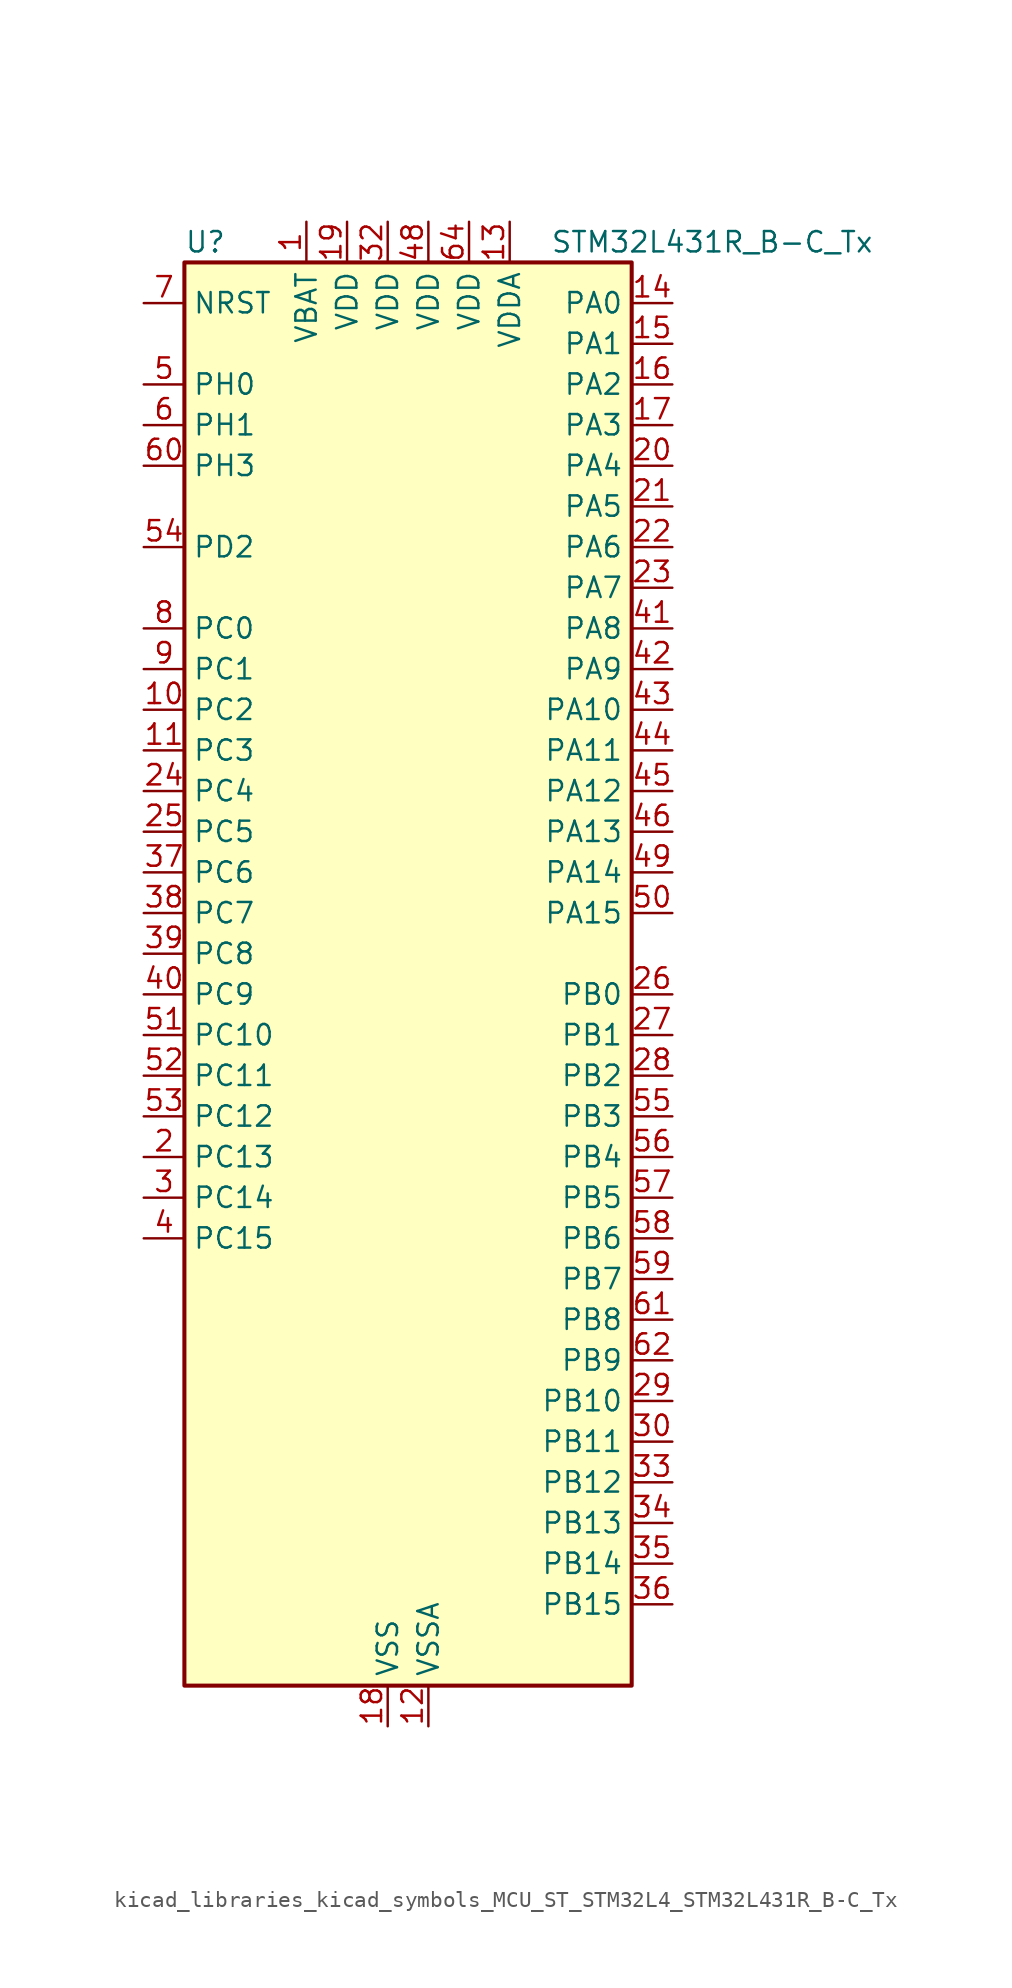
<source format=kicad_sym>
(kicad_symbol_lib
  (version 20220914)
  (generator kicad_symbol_editor)
  (symbol "kicad_libraries_kicad_symbols_MCU_ST_STM32L4_STM32L431R_B-C_Tx"
    (property "Reference" "U"
      (at -12.7 46.99 0)
      (effects (font (size 1.27 1.27)) (justify left)))
    (property "Value" "STM32L431R_B-C_Tx"
      (at 10.16 46.99 0)
      (effects (font (size 1.27 1.27)) (justify left)))
    (property "ki_locked" ""
      (at 0 0 0)
      (effects (font (size 1.27 1.27))))
    (symbol "kicad_libraries_kicad_symbols_MCU_ST_STM32L4_STM32L431R_B-C_Tx_0_1"
      (rectangle (start -12.7 -43.18) (end 15.24 45.72) (stroke (width 0.254) (type default)) (fill (type background))))
    (symbol "kicad_libraries_kicad_symbols_MCU_ST_STM32L4_STM32L431R_B-C_Tx_1_1"
      (pin power_in line (at -5.08 48.26 270) (length 2.54) (name "VBAT" (effects (font (size 1.27 1.27)))) (number "1" (effects (font (size 1.27 1.27)))))
      (pin bidirectional line (at -15.24 17.78 0) (length 2.54) (name "PC2" (effects (font (size 1.27 1.27)))) (number "10" (effects (font (size 1.27 1.27)))) (alternate "ADC1_IN3" bidirectional line) (alternate "LPTIM1_IN2" bidirectional line) (alternate "SPI2_MISO" bidirectional line))
      (pin bidirectional line (at -15.24 15.24 0) (length 2.54) (name "PC3" (effects (font (size 1.27 1.27)))) (number "11" (effects (font (size 1.27 1.27)))) (alternate "ADC1_IN4" bidirectional line) (alternate "LPTIM1_ETR" bidirectional line) (alternate "LPTIM2_ETR" bidirectional line) (alternate "SAI1_SD_A" bidirectional line) (alternate "SPI2_MOSI" bidirectional line))
      (pin power_in line (at 2.54 -45.72 90) (length 2.54) (name "VSSA" (effects (font (size 1.27 1.27)))) (number "12" (effects (font (size 1.27 1.27)))))
      (pin power_in line (at 7.62 48.26 270) (length 2.54) (name "VDDA" (effects (font (size 1.27 1.27)))) (number "13" (effects (font (size 1.27 1.27)))))
      (pin bidirectional line (at 17.78 43.18 180) (length 2.54) (name "PA0" (effects (font (size 1.27 1.27)))) (number "14" (effects (font (size 1.27 1.27)))) (alternate "ADC1_IN5" bidirectional line) (alternate "COMP1_INM" bidirectional line) (alternate "COMP1_OUT" bidirectional line) (alternate "OPAMP1_VINP" bidirectional line) (alternate "RTC_TAMP2" bidirectional line) (alternate "SAI1_EXTCLK" bidirectional line) (alternate "SYS_WKUP1" bidirectional line) (alternate "TIM2_CH1" bidirectional line) (alternate "TIM2_ETR" bidirectional line) (alternate "USART2_CTS" bidirectional line))
      (pin bidirectional line (at 17.78 40.64 180) (length 2.54) (name "PA1" (effects (font (size 1.27 1.27)))) (number "15" (effects (font (size 1.27 1.27)))) (alternate "ADC1_IN6" bidirectional line) (alternate "COMP1_INP" bidirectional line) (alternate "I2C1_SMBA" bidirectional line) (alternate "OPAMP1_VINM" bidirectional line) (alternate "SPI1_SCK" bidirectional line) (alternate "TIM15_CH1N" bidirectional line) (alternate "TIM2_CH2" bidirectional line) (alternate "USART2_DE" bidirectional line) (alternate "USART2_RTS" bidirectional line))
      (pin bidirectional line (at 17.78 38.1 180) (length 2.54) (name "PA2" (effects (font (size 1.27 1.27)))) (number "16" (effects (font (size 1.27 1.27)))) (alternate "ADC1_IN7" bidirectional line) (alternate "COMP2_INM" bidirectional line) (alternate "COMP2_OUT" bidirectional line) (alternate "LPUART1_TX" bidirectional line) (alternate "QUADSPI_BK1_NCS" bidirectional line) (alternate "RCC_LSCO" bidirectional line) (alternate "SYS_WKUP4" bidirectional line) (alternate "TIM15_CH1" bidirectional line) (alternate "TIM2_CH3" bidirectional line) (alternate "USART2_TX" bidirectional line))
      (pin bidirectional line (at 17.78 35.56 180) (length 2.54) (name "PA3" (effects (font (size 1.27 1.27)))) (number "17" (effects (font (size 1.27 1.27)))) (alternate "ADC1_IN8" bidirectional line) (alternate "COMP2_INP" bidirectional line) (alternate "LPUART1_RX" bidirectional line) (alternate "OPAMP1_VOUT" bidirectional line) (alternate "QUADSPI_CLK" bidirectional line) (alternate "SAI1_MCLK_A" bidirectional line) (alternate "TIM15_CH2" bidirectional line) (alternate "TIM2_CH4" bidirectional line) (alternate "USART2_RX" bidirectional line))
      (pin power_in line (at 0 -45.72 90) (length 2.54) (name "VSS" (effects (font (size 1.27 1.27)))) (number "18" (effects (font (size 1.27 1.27)))))
      (pin power_in line (at -2.54 48.26 270) (length 2.54) (name "VDD" (effects (font (size 1.27 1.27)))) (number "19" (effects (font (size 1.27 1.27)))))
      (pin bidirectional line (at -15.24 -10.16 0) (length 2.54) (name "PC13" (effects (font (size 1.27 1.27)))) (number "2" (effects (font (size 1.27 1.27)))) (alternate "RTC_OUT_ALARM" bidirectional line) (alternate "RTC_OUT_CALIB" bidirectional line) (alternate "RTC_TAMP1" bidirectional line) (alternate "RTC_TS" bidirectional line) (alternate "SYS_WKUP2" bidirectional line))
      (pin bidirectional line (at 17.78 33.02 180) (length 2.54) (name "PA4" (effects (font (size 1.27 1.27)))) (number "20" (effects (font (size 1.27 1.27)))) (alternate "ADC1_IN9" bidirectional line) (alternate "COMP1_INM" bidirectional line) (alternate "COMP2_INM" bidirectional line) (alternate "DAC1_OUT1" bidirectional line) (alternate "LPTIM2_OUT" bidirectional line) (alternate "SAI1_FS_B" bidirectional line) (alternate "SPI1_NSS" bidirectional line) (alternate "SPI3_NSS" bidirectional line) (alternate "USART2_CK" bidirectional line))
      (pin bidirectional line (at 17.78 30.48 180) (length 2.54) (name "PA5" (effects (font (size 1.27 1.27)))) (number "21" (effects (font (size 1.27 1.27)))) (alternate "ADC1_IN10" bidirectional line) (alternate "COMP1_INM" bidirectional line) (alternate "COMP2_INM" bidirectional line) (alternate "DAC1_OUT2" bidirectional line) (alternate "LPTIM2_ETR" bidirectional line) (alternate "SPI1_SCK" bidirectional line) (alternate "TIM2_CH1" bidirectional line) (alternate "TIM2_ETR" bidirectional line))
      (pin bidirectional line (at 17.78 27.94 180) (length 2.54) (name "PA6" (effects (font (size 1.27 1.27)))) (number "22" (effects (font (size 1.27 1.27)))) (alternate "ADC1_IN11" bidirectional line) (alternate "COMP1_OUT" bidirectional line) (alternate "LPUART1_CTS" bidirectional line) (alternate "QUADSPI_BK1_IO3" bidirectional line) (alternate "SPI1_MISO" bidirectional line) (alternate "TIM16_CH1" bidirectional line) (alternate "TIM1_BKIN" bidirectional line) (alternate "TIM1_BKIN_COMP2" bidirectional line) (alternate "USART3_CTS" bidirectional line))
      (pin bidirectional line (at 17.78 25.4 180) (length 2.54) (name "PA7" (effects (font (size 1.27 1.27)))) (number "23" (effects (font (size 1.27 1.27)))) (alternate "ADC1_IN12" bidirectional line) (alternate "COMP2_OUT" bidirectional line) (alternate "I2C3_SCL" bidirectional line) (alternate "QUADSPI_BK1_IO2" bidirectional line) (alternate "SPI1_MOSI" bidirectional line) (alternate "TIM1_CH1N" bidirectional line))
      (pin bidirectional line (at -15.24 12.7 0) (length 2.54) (name "PC4" (effects (font (size 1.27 1.27)))) (number "24" (effects (font (size 1.27 1.27)))) (alternate "ADC1_IN13" bidirectional line) (alternate "COMP1_INM" bidirectional line) (alternate "USART3_TX" bidirectional line))
      (pin bidirectional line (at -15.24 10.16 0) (length 2.54) (name "PC5" (effects (font (size 1.27 1.27)))) (number "25" (effects (font (size 1.27 1.27)))) (alternate "ADC1_IN14" bidirectional line) (alternate "COMP1_INP" bidirectional line) (alternate "SYS_WKUP5" bidirectional line) (alternate "USART3_RX" bidirectional line))
      (pin bidirectional line (at 17.78 0 180) (length 2.54) (name "PB0" (effects (font (size 1.27 1.27)))) (number "26" (effects (font (size 1.27 1.27)))) (alternate "ADC1_IN15" bidirectional line) (alternate "COMP1_OUT" bidirectional line) (alternate "QUADSPI_BK1_IO1" bidirectional line) (alternate "SAI1_EXTCLK" bidirectional line) (alternate "SPI1_NSS" bidirectional line) (alternate "TIM1_CH2N" bidirectional line) (alternate "USART3_CK" bidirectional line))
      (pin bidirectional line (at 17.78 -2.54 180) (length 2.54) (name "PB1" (effects (font (size 1.27 1.27)))) (number "27" (effects (font (size 1.27 1.27)))) (alternate "ADC1_IN16" bidirectional line) (alternate "COMP1_INM" bidirectional line) (alternate "LPTIM2_IN1" bidirectional line) (alternate "LPUART1_DE" bidirectional line) (alternate "LPUART1_RTS" bidirectional line) (alternate "QUADSPI_BK1_IO0" bidirectional line) (alternate "TIM1_CH3N" bidirectional line) (alternate "USART3_DE" bidirectional line) (alternate "USART3_RTS" bidirectional line))
      (pin bidirectional line (at 17.78 -5.08 180) (length 2.54) (name "PB2" (effects (font (size 1.27 1.27)))) (number "28" (effects (font (size 1.27 1.27)))) (alternate "COMP1_INP" bidirectional line) (alternate "I2C3_SMBA" bidirectional line) (alternate "LPTIM1_OUT" bidirectional line) (alternate "RTC_OUT_ALARM" bidirectional line) (alternate "RTC_OUT_CALIB" bidirectional line))
      (pin bidirectional line (at 17.78 -25.4 180) (length 2.54) (name "PB10" (effects (font (size 1.27 1.27)))) (number "29" (effects (font (size 1.27 1.27)))) (alternate "COMP1_OUT" bidirectional line) (alternate "I2C2_SCL" bidirectional line) (alternate "LPUART1_RX" bidirectional line) (alternate "QUADSPI_CLK" bidirectional line) (alternate "SAI1_SCK_A" bidirectional line) (alternate "SPI2_SCK" bidirectional line) (alternate "TIM2_CH3" bidirectional line) (alternate "TSC_SYNC" bidirectional line) (alternate "USART3_TX" bidirectional line))
      (pin bidirectional line (at -15.24 -12.7 0) (length 2.54) (name "PC14" (effects (font (size 1.27 1.27)))) (number "3" (effects (font (size 1.27 1.27)))) (alternate "RCC_OSC32_IN" bidirectional line))
      (pin bidirectional line (at 17.78 -27.94 180) (length 2.54) (name "PB11" (effects (font (size 1.27 1.27)))) (number "30" (effects (font (size 1.27 1.27)))) (alternate "ADC1_EXTI11" bidirectional line) (alternate "COMP2_OUT" bidirectional line) (alternate "I2C2_SDA" bidirectional line) (alternate "LPUART1_TX" bidirectional line) (alternate "QUADSPI_BK1_NCS" bidirectional line) (alternate "TIM2_CH4" bidirectional line) (alternate "USART3_RX" bidirectional line))
      (pin passive line (at 0 -45.72 90) (length 2.54) hide (name "VSS" (effects (font (size 1.27 1.27)))) (number "31" (effects (font (size 1.27 1.27)))))
      (pin power_in line (at 0 48.26 270) (length 2.54) (name "VDD" (effects (font (size 1.27 1.27)))) (number "32" (effects (font (size 1.27 1.27)))))
      (pin bidirectional line (at 17.78 -30.48 180) (length 2.54) (name "PB12" (effects (font (size 1.27 1.27)))) (number "33" (effects (font (size 1.27 1.27)))) (alternate "I2C2_SMBA" bidirectional line) (alternate "LPUART1_DE" bidirectional line) (alternate "LPUART1_RTS" bidirectional line) (alternate "SAI1_FS_A" bidirectional line) (alternate "SPI2_NSS" bidirectional line) (alternate "SWPMI1_IO" bidirectional line) (alternate "TIM15_BKIN" bidirectional line) (alternate "TIM1_BKIN" bidirectional line) (alternate "TIM1_BKIN_COMP2" bidirectional line) (alternate "TSC_G1_IO1" bidirectional line) (alternate "USART3_CK" bidirectional line))
      (pin bidirectional line (at 17.78 -33.02 180) (length 2.54) (name "PB13" (effects (font (size 1.27 1.27)))) (number "34" (effects (font (size 1.27 1.27)))) (alternate "I2C2_SCL" bidirectional line) (alternate "LPUART1_CTS" bidirectional line) (alternate "SAI1_SCK_A" bidirectional line) (alternate "SPI2_SCK" bidirectional line) (alternate "SWPMI1_TX" bidirectional line) (alternate "TIM15_CH1N" bidirectional line) (alternate "TIM1_CH1N" bidirectional line) (alternate "TSC_G1_IO2" bidirectional line) (alternate "USART3_CTS" bidirectional line))
      (pin bidirectional line (at 17.78 -35.56 180) (length 2.54) (name "PB14" (effects (font (size 1.27 1.27)))) (number "35" (effects (font (size 1.27 1.27)))) (alternate "I2C2_SDA" bidirectional line) (alternate "SAI1_MCLK_A" bidirectional line) (alternate "SPI2_MISO" bidirectional line) (alternate "SWPMI1_RX" bidirectional line) (alternate "TIM15_CH1" bidirectional line) (alternate "TIM1_CH2N" bidirectional line) (alternate "TSC_G1_IO3" bidirectional line) (alternate "USART3_DE" bidirectional line) (alternate "USART3_RTS" bidirectional line))
      (pin bidirectional line (at 17.78 -38.1 180) (length 2.54) (name "PB15" (effects (font (size 1.27 1.27)))) (number "36" (effects (font (size 1.27 1.27)))) (alternate "ADC1_EXTI15" bidirectional line) (alternate "RTC_REFIN" bidirectional line) (alternate "SAI1_SD_A" bidirectional line) (alternate "SPI2_MOSI" bidirectional line) (alternate "SWPMI1_SUSPEND" bidirectional line) (alternate "TIM15_CH2" bidirectional line) (alternate "TIM1_CH3N" bidirectional line) (alternate "TSC_G1_IO4" bidirectional line))
      (pin bidirectional line (at -15.24 7.62 0) (length 2.54) (name "PC6" (effects (font (size 1.27 1.27)))) (number "37" (effects (font (size 1.27 1.27)))) (alternate "SDMMC1_D6" bidirectional line) (alternate "TSC_G4_IO1" bidirectional line))
      (pin bidirectional line (at -15.24 5.08 0) (length 2.54) (name "PC7" (effects (font (size 1.27 1.27)))) (number "38" (effects (font (size 1.27 1.27)))) (alternate "SDMMC1_D7" bidirectional line) (alternate "TSC_G4_IO2" bidirectional line))
      (pin bidirectional line (at -15.24 2.54 0) (length 2.54) (name "PC8" (effects (font (size 1.27 1.27)))) (number "39" (effects (font (size 1.27 1.27)))) (alternate "SDMMC1_D0" bidirectional line) (alternate "TSC_G4_IO3" bidirectional line))
      (pin bidirectional line (at -15.24 -15.24 0) (length 2.54) (name "PC15" (effects (font (size 1.27 1.27)))) (number "4" (effects (font (size 1.27 1.27)))) (alternate "ADC1_EXTI15" bidirectional line) (alternate "RCC_OSC32_OUT" bidirectional line))
      (pin bidirectional line (at -15.24 0 0) (length 2.54) (name "PC9" (effects (font (size 1.27 1.27)))) (number "40" (effects (font (size 1.27 1.27)))) (alternate "DAC1_EXTI9" bidirectional line) (alternate "SDMMC1_D1" bidirectional line) (alternate "TSC_G4_IO4" bidirectional line))
      (pin bidirectional line (at 17.78 22.86 180) (length 2.54) (name "PA8" (effects (font (size 1.27 1.27)))) (number "41" (effects (font (size 1.27 1.27)))) (alternate "LPTIM2_OUT" bidirectional line) (alternate "RCC_MCO" bidirectional line) (alternate "SAI1_SCK_A" bidirectional line) (alternate "SWPMI1_IO" bidirectional line) (alternate "TIM1_CH1" bidirectional line) (alternate "USART1_CK" bidirectional line))
      (pin bidirectional line (at 17.78 20.32 180) (length 2.54) (name "PA9" (effects (font (size 1.27 1.27)))) (number "42" (effects (font (size 1.27 1.27)))) (alternate "DAC1_EXTI9" bidirectional line) (alternate "I2C1_SCL" bidirectional line) (alternate "SAI1_FS_A" bidirectional line) (alternate "TIM15_BKIN" bidirectional line) (alternate "TIM1_CH2" bidirectional line) (alternate "USART1_TX" bidirectional line))
      (pin bidirectional line (at 17.78 17.78 180) (length 2.54) (name "PA10" (effects (font (size 1.27 1.27)))) (number "43" (effects (font (size 1.27 1.27)))) (alternate "I2C1_SDA" bidirectional line) (alternate "SAI1_SD_A" bidirectional line) (alternate "TIM1_CH3" bidirectional line) (alternate "USART1_RX" bidirectional line))
      (pin bidirectional line (at 17.78 15.24 180) (length 2.54) (name "PA11" (effects (font (size 1.27 1.27)))) (number "44" (effects (font (size 1.27 1.27)))) (alternate "ADC1_EXTI11" bidirectional line) (alternate "CAN1_RX" bidirectional line) (alternate "COMP1_OUT" bidirectional line) (alternate "SPI1_MISO" bidirectional line) (alternate "TIM1_BKIN2" bidirectional line) (alternate "TIM1_BKIN2_COMP1" bidirectional line) (alternate "TIM1_CH4" bidirectional line) (alternate "USART1_CTS" bidirectional line))
      (pin bidirectional line (at 17.78 12.7 180) (length 2.54) (name "PA12" (effects (font (size 1.27 1.27)))) (number "45" (effects (font (size 1.27 1.27)))) (alternate "CAN1_TX" bidirectional line) (alternate "SPI1_MOSI" bidirectional line) (alternate "TIM1_ETR" bidirectional line) (alternate "USART1_DE" bidirectional line) (alternate "USART1_RTS" bidirectional line))
      (pin bidirectional line (at 17.78 10.16 180) (length 2.54) (name "PA13" (effects (font (size 1.27 1.27)))) (number "46" (effects (font (size 1.27 1.27)))) (alternate "IR_OUT" bidirectional line) (alternate "SAI1_SD_B" bidirectional line) (alternate "SWPMI1_TX" bidirectional line) (alternate "SYS_JTMS-SWDIO" bidirectional line))
      (pin passive line (at 0 -45.72 90) (length 2.54) hide (name "VSS" (effects (font (size 1.27 1.27)))) (number "47" (effects (font (size 1.27 1.27)))))
      (pin power_in line (at 2.54 48.26 270) (length 2.54) (name "VDD" (effects (font (size 1.27 1.27)))) (number "48" (effects (font (size 1.27 1.27)))))
      (pin bidirectional line (at 17.78 7.62 180) (length 2.54) (name "PA14" (effects (font (size 1.27 1.27)))) (number "49" (effects (font (size 1.27 1.27)))) (alternate "I2C1_SMBA" bidirectional line) (alternate "LPTIM1_OUT" bidirectional line) (alternate "SAI1_FS_B" bidirectional line) (alternate "SWPMI1_RX" bidirectional line) (alternate "SYS_JTCK-SWCLK" bidirectional line))
      (pin bidirectional line (at -15.24 38.1 0) (length 2.54) (name "PH0" (effects (font (size 1.27 1.27)))) (number "5" (effects (font (size 1.27 1.27)))) (alternate "RCC_OSC_IN" bidirectional line))
      (pin bidirectional line (at 17.78 5.08 180) (length 2.54) (name "PA15" (effects (font (size 1.27 1.27)))) (number "50" (effects (font (size 1.27 1.27)))) (alternate "ADC1_EXTI15" bidirectional line) (alternate "SPI1_NSS" bidirectional line) (alternate "SPI3_NSS" bidirectional line) (alternate "SWPMI1_SUSPEND" bidirectional line) (alternate "SYS_JTDI" bidirectional line) (alternate "TIM2_CH1" bidirectional line) (alternate "TIM2_ETR" bidirectional line) (alternate "TSC_G3_IO1" bidirectional line) (alternate "USART2_RX" bidirectional line) (alternate "USART3_DE" bidirectional line) (alternate "USART3_RTS" bidirectional line))
      (pin bidirectional line (at -15.24 -2.54 0) (length 2.54) (name "PC10" (effects (font (size 1.27 1.27)))) (number "51" (effects (font (size 1.27 1.27)))) (alternate "SDMMC1_D2" bidirectional line) (alternate "SPI3_SCK" bidirectional line) (alternate "TSC_G3_IO2" bidirectional line) (alternate "USART3_TX" bidirectional line))
      (pin bidirectional line (at -15.24 -5.08 0) (length 2.54) (name "PC11" (effects (font (size 1.27 1.27)))) (number "52" (effects (font (size 1.27 1.27)))) (alternate "ADC1_EXTI11" bidirectional line) (alternate "SDMMC1_D3" bidirectional line) (alternate "SPI3_MISO" bidirectional line) (alternate "TSC_G3_IO3" bidirectional line) (alternate "USART3_RX" bidirectional line))
      (pin bidirectional line (at -15.24 -7.62 0) (length 2.54) (name "PC12" (effects (font (size 1.27 1.27)))) (number "53" (effects (font (size 1.27 1.27)))) (alternate "SDMMC1_CK" bidirectional line) (alternate "SPI3_MOSI" bidirectional line) (alternate "TSC_G3_IO4" bidirectional line) (alternate "USART3_CK" bidirectional line))
      (pin bidirectional line (at -15.24 27.94 0) (length 2.54) (name "PD2" (effects (font (size 1.27 1.27)))) (number "54" (effects (font (size 1.27 1.27)))) (alternate "SDMMC1_CMD" bidirectional line) (alternate "TSC_SYNC" bidirectional line) (alternate "USART3_DE" bidirectional line) (alternate "USART3_RTS" bidirectional line))
      (pin bidirectional line (at 17.78 -7.62 180) (length 2.54) (name "PB3" (effects (font (size 1.27 1.27)))) (number "55" (effects (font (size 1.27 1.27)))) (alternate "COMP2_INM" bidirectional line) (alternate "SAI1_SCK_B" bidirectional line) (alternate "SPI1_SCK" bidirectional line) (alternate "SPI3_SCK" bidirectional line) (alternate "SYS_JTDO-SWO" bidirectional line) (alternate "TIM2_CH2" bidirectional line) (alternate "USART1_DE" bidirectional line) (alternate "USART1_RTS" bidirectional line))
      (pin bidirectional line (at 17.78 -10.16 180) (length 2.54) (name "PB4" (effects (font (size 1.27 1.27)))) (number "56" (effects (font (size 1.27 1.27)))) (alternate "COMP2_INP" bidirectional line) (alternate "I2C3_SDA" bidirectional line) (alternate "SAI1_MCLK_B" bidirectional line) (alternate "SPI1_MISO" bidirectional line) (alternate "SPI3_MISO" bidirectional line) (alternate "SYS_JTRST" bidirectional line) (alternate "TSC_G2_IO1" bidirectional line) (alternate "USART1_CTS" bidirectional line))
      (pin bidirectional line (at 17.78 -12.7 180) (length 2.54) (name "PB5" (effects (font (size 1.27 1.27)))) (number "57" (effects (font (size 1.27 1.27)))) (alternate "COMP2_OUT" bidirectional line) (alternate "I2C1_SMBA" bidirectional line) (alternate "LPTIM1_IN1" bidirectional line) (alternate "SAI1_SD_B" bidirectional line) (alternate "SPI1_MOSI" bidirectional line) (alternate "SPI3_MOSI" bidirectional line) (alternate "TIM16_BKIN" bidirectional line) (alternate "TSC_G2_IO2" bidirectional line) (alternate "USART1_CK" bidirectional line))
      (pin bidirectional line (at 17.78 -15.24 180) (length 2.54) (name "PB6" (effects (font (size 1.27 1.27)))) (number "58" (effects (font (size 1.27 1.27)))) (alternate "COMP2_INP" bidirectional line) (alternate "I2C1_SCL" bidirectional line) (alternate "LPTIM1_ETR" bidirectional line) (alternate "SAI1_FS_B" bidirectional line) (alternate "TIM16_CH1N" bidirectional line) (alternate "TSC_G2_IO3" bidirectional line) (alternate "USART1_TX" bidirectional line))
      (pin bidirectional line (at 17.78 -17.78 180) (length 2.54) (name "PB7" (effects (font (size 1.27 1.27)))) (number "59" (effects (font (size 1.27 1.27)))) (alternate "COMP2_INM" bidirectional line) (alternate "I2C1_SDA" bidirectional line) (alternate "LPTIM1_IN2" bidirectional line) (alternate "SYS_PVD_IN" bidirectional line) (alternate "TSC_G2_IO4" bidirectional line) (alternate "USART1_RX" bidirectional line))
      (pin bidirectional line (at -15.24 35.56 0) (length 2.54) (name "PH1" (effects (font (size 1.27 1.27)))) (number "6" (effects (font (size 1.27 1.27)))) (alternate "RCC_OSC_OUT" bidirectional line))
      (pin bidirectional line (at -15.24 33.02 0) (length 2.54) (name "PH3" (effects (font (size 1.27 1.27)))) (number "60" (effects (font (size 1.27 1.27)))))
      (pin bidirectional line (at 17.78 -20.32 180) (length 2.54) (name "PB8" (effects (font (size 1.27 1.27)))) (number "61" (effects (font (size 1.27 1.27)))) (alternate "CAN1_RX" bidirectional line) (alternate "I2C1_SCL" bidirectional line) (alternate "SAI1_MCLK_A" bidirectional line) (alternate "SDMMC1_D4" bidirectional line) (alternate "TIM16_CH1" bidirectional line))
      (pin bidirectional line (at 17.78 -22.86 180) (length 2.54) (name "PB9" (effects (font (size 1.27 1.27)))) (number "62" (effects (font (size 1.27 1.27)))) (alternate "CAN1_TX" bidirectional line) (alternate "DAC1_EXTI9" bidirectional line) (alternate "I2C1_SDA" bidirectional line) (alternate "IR_OUT" bidirectional line) (alternate "SAI1_FS_A" bidirectional line) (alternate "SDMMC1_D5" bidirectional line) (alternate "SPI2_NSS" bidirectional line))
      (pin passive line (at 0 -45.72 90) (length 2.54) hide (name "VSS" (effects (font (size 1.27 1.27)))) (number "63" (effects (font (size 1.27 1.27)))))
      (pin power_in line (at 5.08 48.26 270) (length 2.54) (name "VDD" (effects (font (size 1.27 1.27)))) (number "64" (effects (font (size 1.27 1.27)))))
      (pin input line (at -15.24 43.18 0) (length 2.54) (name "NRST" (effects (font (size 1.27 1.27)))) (number "7" (effects (font (size 1.27 1.27)))))
      (pin bidirectional line (at -15.24 22.86 0) (length 2.54) (name "PC0" (effects (font (size 1.27 1.27)))) (number "8" (effects (font (size 1.27 1.27)))) (alternate "ADC1_IN1" bidirectional line) (alternate "I2C3_SCL" bidirectional line) (alternate "LPTIM1_IN1" bidirectional line) (alternate "LPTIM2_IN1" bidirectional line) (alternate "LPUART1_RX" bidirectional line))
      (pin bidirectional line (at -15.24 20.32 0) (length 2.54) (name "PC1" (effects (font (size 1.27 1.27)))) (number "9" (effects (font (size 1.27 1.27)))) (alternate "ADC1_IN2" bidirectional line) (alternate "I2C3_SDA" bidirectional line) (alternate "LPTIM1_OUT" bidirectional line) (alternate "LPUART1_TX" bidirectional line)))))
</source>
